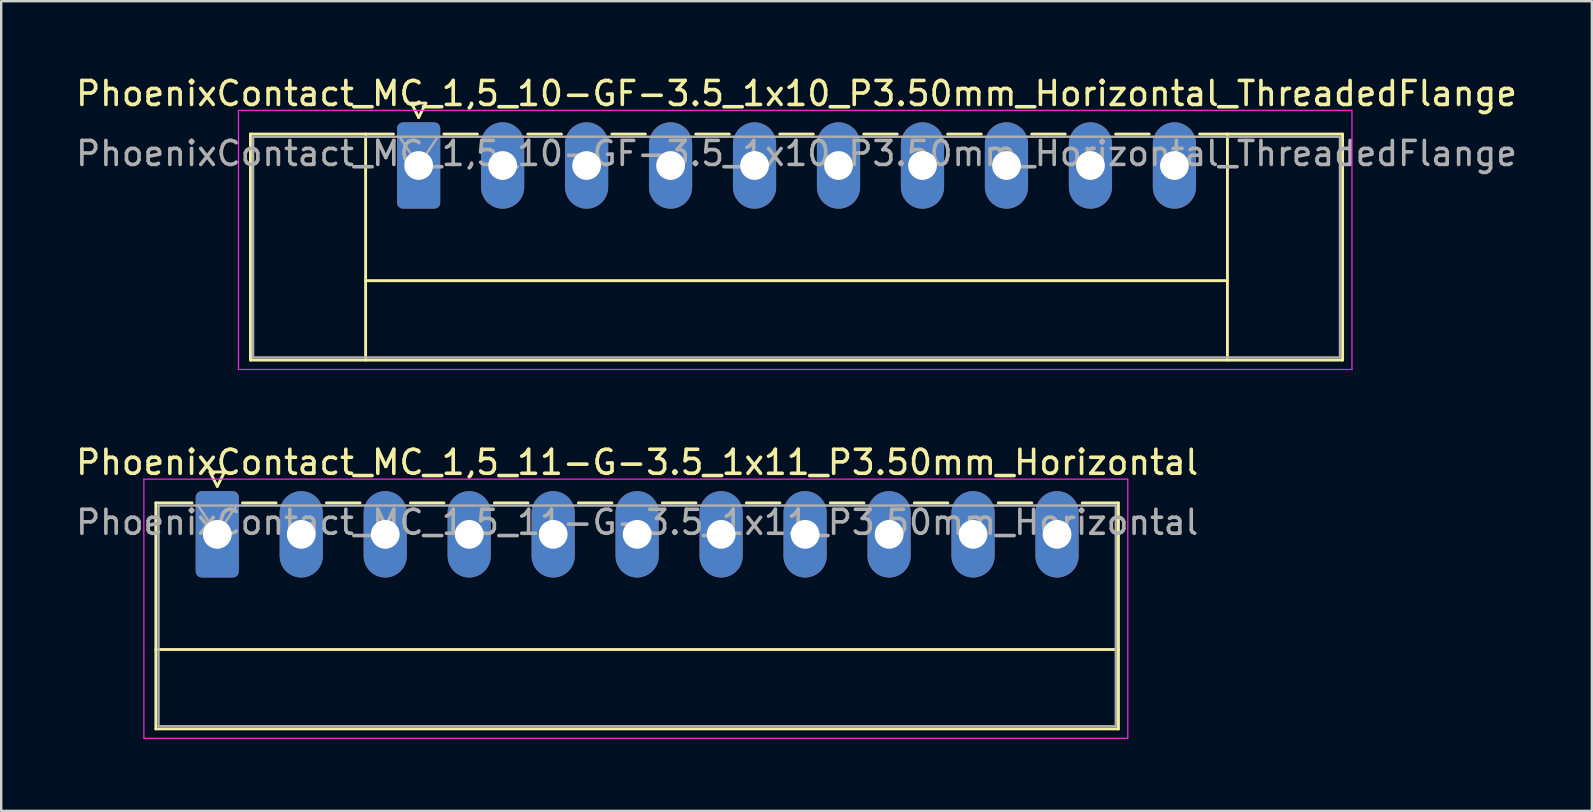
<source format=kicad_pcb>
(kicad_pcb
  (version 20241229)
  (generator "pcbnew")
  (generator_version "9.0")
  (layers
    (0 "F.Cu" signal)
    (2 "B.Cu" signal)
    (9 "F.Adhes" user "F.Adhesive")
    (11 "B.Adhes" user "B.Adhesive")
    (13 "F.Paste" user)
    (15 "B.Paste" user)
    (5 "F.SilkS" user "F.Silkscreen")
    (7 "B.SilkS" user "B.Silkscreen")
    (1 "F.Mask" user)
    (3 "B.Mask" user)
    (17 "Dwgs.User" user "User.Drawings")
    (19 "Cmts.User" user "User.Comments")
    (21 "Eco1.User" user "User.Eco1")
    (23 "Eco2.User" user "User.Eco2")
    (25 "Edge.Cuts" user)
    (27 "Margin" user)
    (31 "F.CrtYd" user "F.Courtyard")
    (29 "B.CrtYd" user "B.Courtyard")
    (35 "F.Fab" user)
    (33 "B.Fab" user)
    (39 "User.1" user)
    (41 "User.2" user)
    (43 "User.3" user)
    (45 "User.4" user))
  (footprint "PhoenixContact_MC_1,5_11-G-3.5_1x11_P3.50mm_Horizontal"
    (layer "F.Cu")
    (at 6.006 19.221)
    (property "Reference" "PhoenixContact_MC_1,5_11-G-3.5_1x11_P3.50mm_Horizontal" (at 17.5 -3 0) (layer "F.SilkS") (effects (font (size 1 1) (thickness 0.15))))
    (attr through_hole)
    (fp_line (start -2.56 -1.31) (end -2.56 8.11) (stroke (width 0.12) (type solid)) (layer "F.SilkS"))
    (fp_line (start -2.56 -1.31) (end -1.05 -1.31) (stroke (width 0.12) (type solid)) (layer "F.SilkS"))
    (fp_line (start -2.56 4.8) (end 37.56 4.8) (stroke (width 0.12) (type solid)) (layer "F.SilkS"))
    (fp_line (start -2.56 8.11) (end 37.56 8.11) (stroke (width 0.12) (type solid)) (layer "F.SilkS"))
    (fp_line (start -0.3 -2.6) (end 0.3 -2.6) (stroke (width 0.12) (type solid)) (layer "F.SilkS"))
    (fp_line (start 0 -2) (end -0.3 -2.6) (stroke (width 0.12) (type solid)) (layer "F.SilkS"))
    (fp_line (start 0.3 -2.6) (end 0 -2) (stroke (width 0.12) (type solid)) (layer "F.SilkS"))
    (fp_line (start 1.05 -1.31) (end 2.45 -1.31) (stroke (width 0.12) (type solid)) (layer "F.SilkS"))
    (fp_line (start 4.55 -1.31) (end 5.95 -1.31) (stroke (width 0.12) (type solid)) (layer "F.SilkS"))
    (fp_line (start 8.05 -1.31) (end 9.45 -1.31) (stroke (width 0.12) (type solid)) (layer "F.SilkS"))
    (fp_line (start 11.55 -1.31) (end 12.95 -1.31) (stroke (width 0.12) (type solid)) (layer "F.SilkS"))
    (fp_line (start 15.05 -1.31) (end 16.45 -1.31) (stroke (width 0.12) (type solid)) (layer "F.SilkS"))
    (fp_line (start 18.55 -1.31) (end 19.95 -1.31) (stroke (width 0.12) (type solid)) (layer "F.SilkS"))
    (fp_line (start 22.05 -1.31) (end 23.45 -1.31) (stroke (width 0.12) (type solid)) (layer "F.SilkS"))
    (fp_line (start 25.55 -1.31) (end 26.95 -1.31) (stroke (width 0.12) (type solid)) (layer "F.SilkS"))
    (fp_line (start 29.05 -1.31) (end 30.45 -1.31) (stroke (width 0.12) (type solid)) (layer "F.SilkS"))
    (fp_line (start 32.55 -1.31) (end 33.95 -1.31) (stroke (width 0.12) (type solid)) (layer "F.SilkS"))
    (fp_line (start 37.56 -1.31) (end 36.05 -1.31) (stroke (width 0.12) (type solid)) (layer "F.SilkS"))
    (fp_line (start 37.56 8.11) (end 37.56 -1.31) (stroke (width 0.12) (type solid)) (layer "F.SilkS"))
    (fp_line (start -3.06 -2.3) (end -3.06 8.5) (stroke (width 0.05) (type solid)) (layer "F.CrtYd"))
    (fp_line (start -3.06 8.5) (end 37.95 8.5) (stroke (width 0.05) (type solid)) (layer "F.CrtYd"))
    (fp_line (start 37.95 -2.3) (end -3.06 -2.3) (stroke (width 0.05) (type solid)) (layer "F.CrtYd"))
    (fp_line (start 37.95 8.5) (end 37.95 -2.3) (stroke (width 0.05) (type solid)) (layer "F.CrtYd"))
    (fp_line (start -2.45 -1.2) (end -2.45 8) (stroke (width 0.1) (type solid)) (layer "F.Fab"))
    (fp_line (start -2.45 8) (end 37.45 8) (stroke (width 0.1) (type solid)) (layer "F.Fab"))
    (fp_line (start 0 0) (end -0.8 -1.2) (stroke (width 0.1) (type solid)) (layer "F.Fab"))
    (fp_line (start 0.8 -1.2) (end 0 0) (stroke (width 0.1) (type solid)) (layer "F.Fab"))
    (fp_line (start 37.45 -1.2) (end -2.45 -1.2) (stroke (width 0.1) (type solid)) (layer "F.Fab"))
    (fp_line (start 37.45 8) (end 37.45 -1.2) (stroke (width 0.1) (type solid)) (layer "F.Fab"))
    (fp_text user "${REFERENCE}" (at 17.5 -0.5 0) (layer "F.Fab") (effects (font (size 1 1) (thickness 0.15))))
    (pad "1" thru_hole roundrect (at 0 0) (size 1.8 3.6) (drill 1.2) (layers "*.Cu" "*.Mask") (roundrect_rratio 0.139))
    (pad "2" thru_hole oval (at 3.5 0) (size 1.8 3.6) (drill 1.2) (layers "*.Cu" "*.Mask"))
    (pad "3" thru_hole oval (at 7 0) (size 1.8 3.6) (drill 1.2) (layers "*.Cu" "*.Mask"))
    (pad "4" thru_hole oval (at 10.5 0) (size 1.8 3.6) (drill 1.2) (layers "*.Cu" "*.Mask"))
    (pad "5" thru_hole oval (at 14 0) (size 1.8 3.6) (drill 1.2) (layers "*.Cu" "*.Mask"))
    (pad "6" thru_hole oval (at 17.5 0) (size 1.8 3.6) (drill 1.2) (layers "*.Cu" "*.Mask"))
    (pad "7" thru_hole oval (at 21 0) (size 1.8 3.6) (drill 1.2) (layers "*.Cu" "*.Mask"))
    (pad "8" thru_hole oval (at 24.5 0) (size 1.8 3.6) (drill 1.2) (layers "*.Cu" "*.Mask"))
    (pad "9" thru_hole oval (at 28 0) (size 1.8 3.6) (drill 1.2) (layers "*.Cu" "*.Mask"))
    (pad "10" thru_hole oval (at 31.5 0) (size 1.8 3.6) (drill 1.2) (layers "*.Cu" "*.Mask"))
    (pad "11" thru_hole oval (at 35 0) (size 1.8 3.6) (drill 1.2) (layers "*.Cu" "*.Mask")))
  (footprint "PhoenixContact_MC_1,5_10-GF-3.5_1x10_P3.50mm_Horizontal_ThreadedFlange"
    (layer "F.Cu")
    (at 14.399 3.848)
    (property "Reference" "PhoenixContact_MC_1,5_10-GF-3.5_1x10_P3.50mm_Horizontal_ThreadedFlange" (at 15.75 -3 0) (layer "F.SilkS") (effects (font (size 1 1) (thickness 0.15))))
    (attr through_hole)
    (fp_line (start -7.01 -1.31) (end -7.01 8.11) (stroke (width 0.12) (type solid)) (layer "F.SilkS"))
    (fp_line (start -7.01 -1.31) (end -1.05 -1.31) (stroke (width 0.12) (type solid)) (layer "F.SilkS"))
    (fp_line (start -7.01 8.11) (end 38.51 8.11) (stroke (width 0.12) (type solid)) (layer "F.SilkS"))
    (fp_line (start -2.21 -1.31) (end -2.21 8.11) (stroke (width 0.12) (type solid)) (layer "F.SilkS"))
    (fp_line (start -2.21 4.8) (end 33.71 4.8) (stroke (width 0.12) (type solid)) (layer "F.SilkS"))
    (fp_line (start -0.3 -2.6) (end 0.3 -2.6) (stroke (width 0.12) (type solid)) (layer "F.SilkS"))
    (fp_line (start 0 -2) (end -0.3 -2.6) (stroke (width 0.12) (type solid)) (layer "F.SilkS"))
    (fp_line (start 0.3 -2.6) (end 0 -2) (stroke (width 0.12) (type solid)) (layer "F.SilkS"))
    (fp_line (start 1.05 -1.31) (end 2.45 -1.31) (stroke (width 0.12) (type solid)) (layer "F.SilkS"))
    (fp_line (start 4.55 -1.31) (end 5.95 -1.31) (stroke (width 0.12) (type solid)) (layer "F.SilkS"))
    (fp_line (start 8.05 -1.31) (end 9.45 -1.31) (stroke (width 0.12) (type solid)) (layer "F.SilkS"))
    (fp_line (start 11.55 -1.31) (end 12.95 -1.31) (stroke (width 0.12) (type solid)) (layer "F.SilkS"))
    (fp_line (start 15.05 -1.31) (end 16.45 -1.31) (stroke (width 0.12) (type solid)) (layer "F.SilkS"))
    (fp_line (start 18.55 -1.31) (end 19.95 -1.31) (stroke (width 0.12) (type solid)) (layer "F.SilkS"))
    (fp_line (start 22.05 -1.31) (end 23.45 -1.31) (stroke (width 0.12) (type solid)) (layer "F.SilkS"))
    (fp_line (start 25.55 -1.31) (end 26.95 -1.31) (stroke (width 0.12) (type solid)) (layer "F.SilkS"))
    (fp_line (start 29.05 -1.31) (end 30.45 -1.31) (stroke (width 0.12) (type solid)) (layer "F.SilkS"))
    (fp_line (start 33.71 -1.31) (end 33.71 8.11) (stroke (width 0.12) (type solid)) (layer "F.SilkS"))
    (fp_line (start 38.51 -1.31) (end 32.55 -1.31) (stroke (width 0.12) (type solid)) (layer "F.SilkS"))
    (fp_line (start 38.51 8.11) (end 38.51 -1.31) (stroke (width 0.12) (type solid)) (layer "F.SilkS"))
    (fp_line (start -7.51 -2.3) (end -7.51 8.5) (stroke (width 0.05) (type solid)) (layer "F.CrtYd"))
    (fp_line (start -7.51 8.5) (end 38.9 8.5) (stroke (width 0.05) (type solid)) (layer "F.CrtYd"))
    (fp_line (start 38.9 -2.3) (end -7.51 -2.3) (stroke (width 0.05) (type solid)) (layer "F.CrtYd"))
    (fp_line (start 38.9 8.5) (end 38.9 -2.3) (stroke (width 0.05) (type solid)) (layer "F.CrtYd"))
    (fp_line (start -6.9 -1.2) (end -6.9 8) (stroke (width 0.1) (type solid)) (layer "F.Fab"))
    (fp_line (start -6.9 8) (end 38.4 8) (stroke (width 0.1) (type solid)) (layer "F.Fab"))
    (fp_line (start 0 0) (end -0.8 -1.2) (stroke (width 0.1) (type solid)) (layer "F.Fab"))
    (fp_line (start 0.8 -1.2) (end 0 0) (stroke (width 0.1) (type solid)) (layer "F.Fab"))
    (fp_line (start 38.4 -1.2) (end -6.9 -1.2) (stroke (width 0.1) (type solid)) (layer "F.Fab"))
    (fp_line (start 38.4 8) (end 38.4 -1.2) (stroke (width 0.1) (type solid)) (layer "F.Fab"))
    (fp_text user "${REFERENCE}" (at 15.75 -0.5 0) (layer "F.Fab") (effects (font (size 1 1) (thickness 0.15))))
    (pad "1" thru_hole roundrect (at 0 0) (size 1.8 3.6) (drill 1.2) (layers "*.Cu" "*.Mask") (roundrect_rratio 0.139))
    (pad "2" thru_hole oval (at 3.5 0) (size 1.8 3.6) (drill 1.2) (layers "*.Cu" "*.Mask"))
    (pad "3" thru_hole oval (at 7 0) (size 1.8 3.6) (drill 1.2) (layers "*.Cu" "*.Mask"))
    (pad "4" thru_hole oval (at 10.5 0) (size 1.8 3.6) (drill 1.2) (layers "*.Cu" "*.Mask"))
    (pad "5" thru_hole oval (at 14 0) (size 1.8 3.6) (drill 1.2) (layers "*.Cu" "*.Mask"))
    (pad "6" thru_hole oval (at 17.5 0) (size 1.8 3.6) (drill 1.2) (layers "*.Cu" "*.Mask"))
    (pad "7" thru_hole oval (at 21 0) (size 1.8 3.6) (drill 1.2) (layers "*.Cu" "*.Mask"))
    (pad "8" thru_hole oval (at 24.5 0) (size 1.8 3.6) (drill 1.2) (layers "*.Cu" "*.Mask"))
    (pad "9" thru_hole oval (at 28 0) (size 1.8 3.6) (drill 1.2) (layers "*.Cu" "*.Mask"))
    (pad "10" thru_hole oval (at 31.5 0) (size 1.8 3.6) (drill 1.2) (layers "*.Cu" "*.Mask")))
  (gr_rect
    (start -3 -3)
    (end 63.298 30.747)
    (stroke (width 0.1) (type default))
    (fill no)
    (layer "Edge.Cuts")))
</source>
